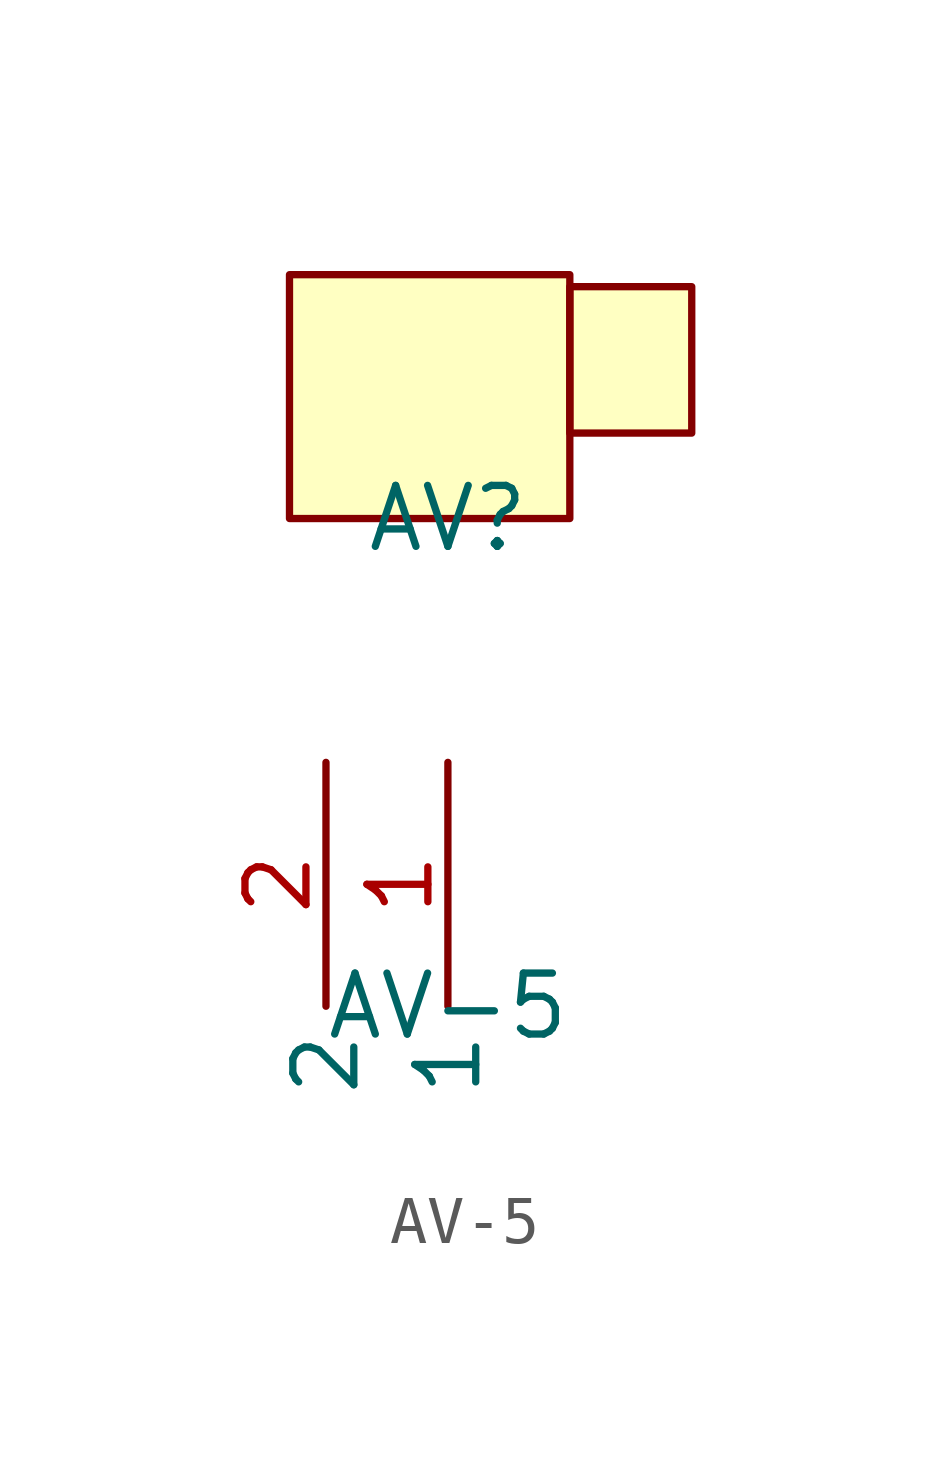
<source format=kicad_sym>
(kicad_symbol_lib
  (version 20211014)
  (generator https://github.com/uPesy/easyeda2kicad.py)
  (symbol "AV-5"
    (property "Reference" "AV"
      (at 0 0.00 0)
      (effects (font (size 1.27 1.27))))
    (property "Value" "AV-5"
      (at 0 -10.16 0)
      (effects (font (size 1.27 1.27))))
    (symbol "AV-5_0_1"
      (rectangle (start -3.30 5.08) (end 2.54 0.00) (stroke (width 0) (type default) (color 0 0 0 0)) (fill (type background)))
      (rectangle (start 2.54 4.83) (end 5.08 1.78) (stroke (width 0) (type default) (color 0 0 0 0)) (fill (type background)))
      (pin unspecified line (at 0.00 -5.08 270) (length 5.08) (name "1" (effects (font (size 1.27 1.27)))) (number "1" (effects (font (size 1.27 1.27)))))
      (pin unspecified line (at -2.54 -5.08 270) (length 5.08) (name "2" (effects (font (size 1.27 1.27)))) (number "2" (effects (font (size 1.27 1.27))))))))
</source>
